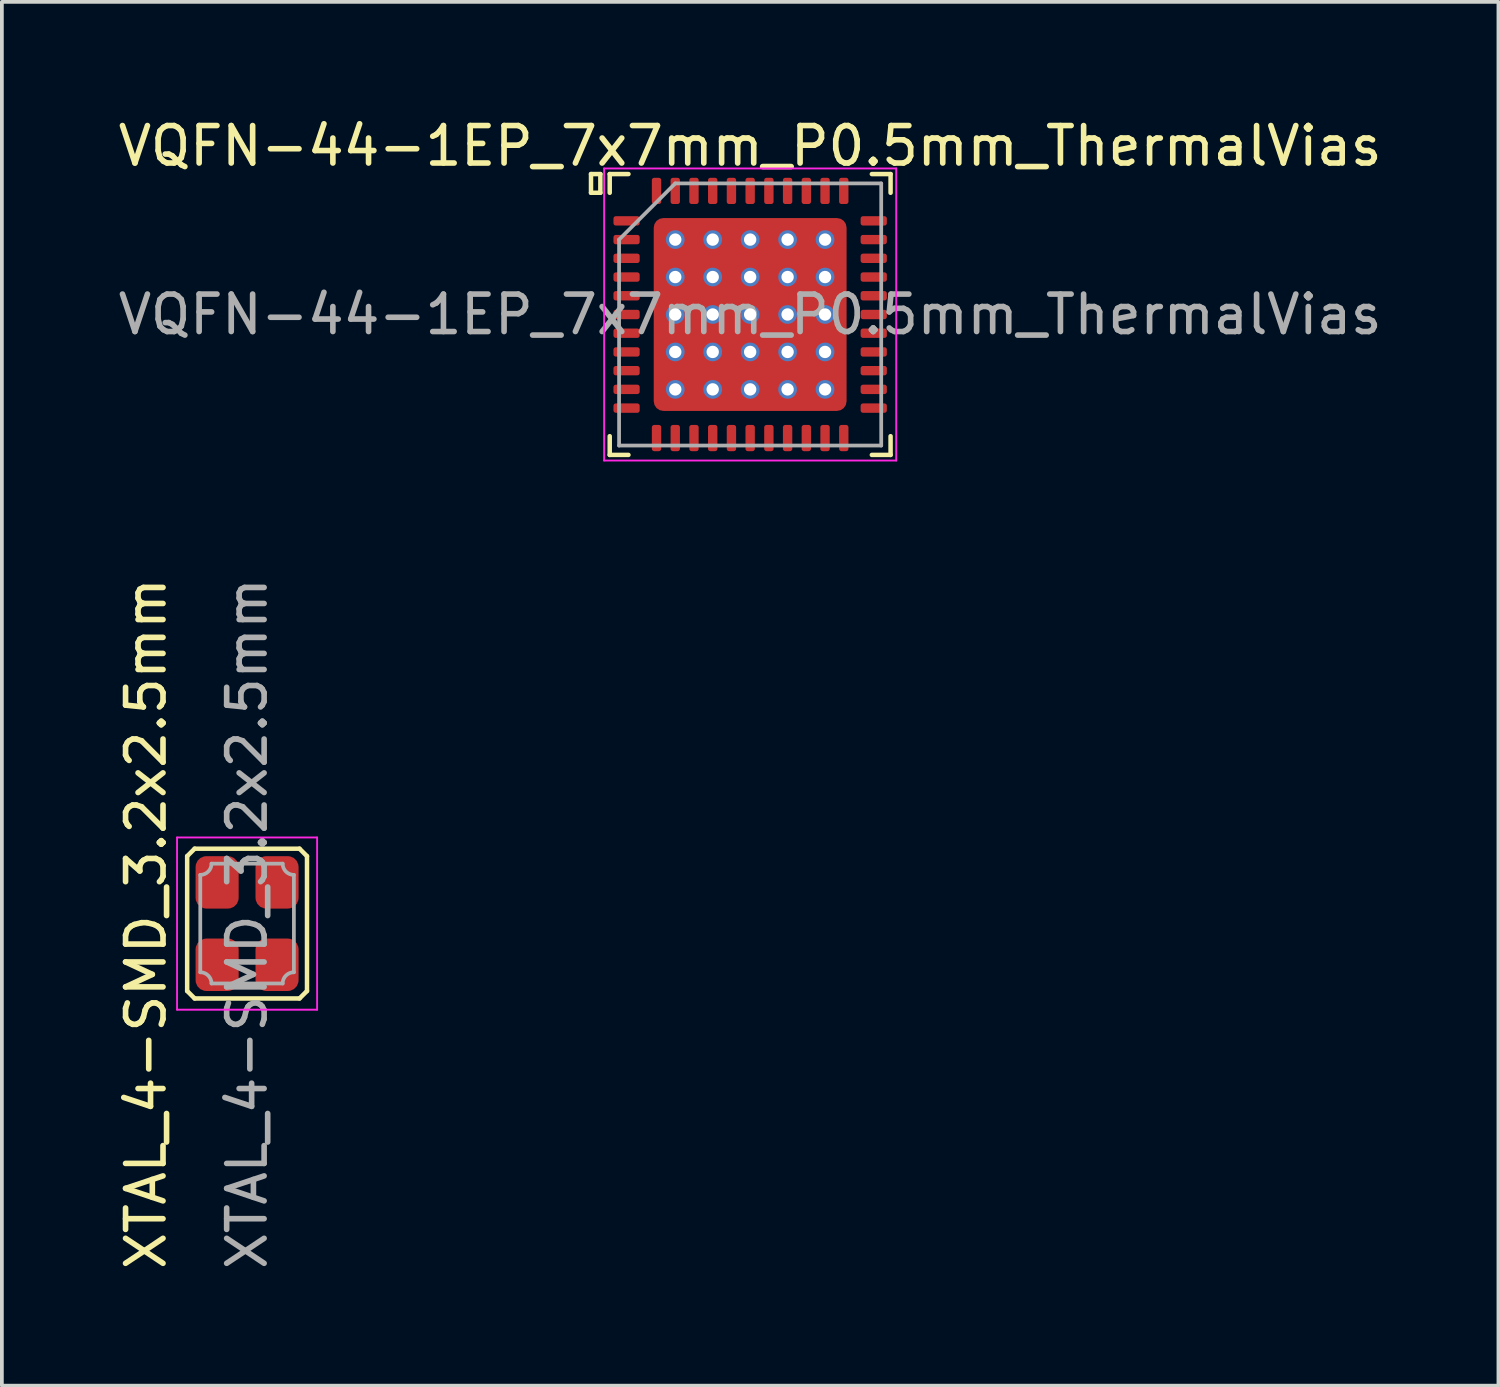
<source format=kicad_pcb>
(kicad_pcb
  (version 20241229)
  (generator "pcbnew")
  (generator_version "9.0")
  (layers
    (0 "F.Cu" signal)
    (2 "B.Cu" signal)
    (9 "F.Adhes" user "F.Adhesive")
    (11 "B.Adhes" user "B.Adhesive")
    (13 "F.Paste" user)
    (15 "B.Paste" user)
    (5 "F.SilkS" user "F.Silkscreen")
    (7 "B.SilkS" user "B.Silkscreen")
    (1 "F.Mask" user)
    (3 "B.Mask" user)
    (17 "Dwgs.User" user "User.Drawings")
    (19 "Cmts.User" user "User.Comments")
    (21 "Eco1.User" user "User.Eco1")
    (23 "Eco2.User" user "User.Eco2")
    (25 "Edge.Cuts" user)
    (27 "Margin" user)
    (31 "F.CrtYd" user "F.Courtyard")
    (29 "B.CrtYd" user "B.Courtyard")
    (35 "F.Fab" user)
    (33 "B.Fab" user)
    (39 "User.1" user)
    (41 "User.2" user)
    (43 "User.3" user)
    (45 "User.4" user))
  (footprint "XTAL_4-SMD_3.2x2.5mm"
    (layer "F.Cu")
    (at 3.548 21.613)
    (property "Reference" "XTAL_4-SMD_3.2x2.5mm" (at -2.7 0 90) (layer "F.SilkS") (effects (font (size 1 1) (thickness 0.15))))
    (attr smd)
    (fp_line (start -1.6 -1.8) (end -1.4 -2) (stroke (width 0.12) (type solid)) (layer "F.SilkS"))
    (fp_line (start -1.6 1.8) (end -1.6 -1.8) (stroke (width 0.12) (type solid)) (layer "F.SilkS"))
    (fp_line (start -1.6 1.8) (end -1.4 2) (stroke (width 0.12) (type solid)) (layer "F.SilkS"))
    (fp_line (start -1.4 -2) (end 1.4 -2) (stroke (width 0.12) (type solid)) (layer "F.SilkS"))
    (fp_line (start 1.4 -2) (end 1.6 -1.8) (stroke (width 0.12) (type solid)) (layer "F.SilkS"))
    (fp_line (start 1.4 2) (end -1.4 2) (stroke (width 0.12) (type solid)) (layer "F.SilkS"))
    (fp_line (start 1.6 -1.8) (end 1.6 1.8) (stroke (width 0.12) (type solid)) (layer "F.SilkS"))
    (fp_line (start 1.6 1.8) (end 1.4 2) (stroke (width 0.12) (type solid)) (layer "F.SilkS"))
    (fp_line (start -1.87 -2.3) (end -1.87 2.3) (stroke (width 0.05) (type solid)) (layer "F.CrtYd"))
    (fp_line (start -1.87 -2.3) (end 1.87 -2.3) (stroke (width 0.05) (type solid)) (layer "F.CrtYd"))
    (fp_line (start -1.87 2.3) (end 1.87 2.3) (stroke (width 0.05) (type solid)) (layer "F.CrtYd"))
    (fp_line (start 1.87 -2.3) (end 1.87 2.3) (stroke (width 0.05) (type solid)) (layer "F.CrtYd"))
    (fp_line (start -1.25 -1.3) (end -1.25 1.3) (stroke (width 0.1) (type solid)) (layer "F.Fab"))
    (fp_line (start -0.95 -1.6) (end 0.95 -1.6) (stroke (width 0.1) (type solid)) (layer "F.Fab"))
    (fp_line (start -0.95 1.6) (end 0.95 1.6) (stroke (width 0.1) (type solid)) (layer "F.Fab"))
    (fp_line (start 1.25 -1.3) (end 1.25 1.3) (stroke (width 0.1) (type solid)) (layer "F.Fab"))
    (fp_arc (start -1.25 1.3) (mid -1.037868 1.387868) (end -0.95 1.6) (stroke (width 0.1) (type solid)) (layer "F.Fab"))
    (fp_arc (start -0.95 -1.6) (mid -1.037868 -1.387868) (end -1.25 -1.3) (stroke (width 0.1) (type solid)) (layer "F.Fab"))
    (fp_arc (start 0.95 1.6) (mid 1.037868 1.387868) (end 1.25 1.3) (stroke (width 0.1) (type solid)) (layer "F.Fab"))
    (fp_arc (start 1.25 -1.3) (mid 1.037868 -1.387868) (end 0.95 -1.6) (stroke (width 0.1) (type solid)) (layer "F.Fab"))
    (fp_text user "${REFERENCE}" (at 0 0 90) (layer "F.Fab") (effects (font (size 1 1) (thickness 0.15))))
    (pad "1" smd roundrect (at -0.8 -1.1) (size 1.15 1.4) (layers "F.Cu" "F.Mask" "F.Paste") (roundrect_rratio 0.25))
    (pad "2" smd roundrect (at -0.8 1.1) (size 1.15 1.4) (layers "F.Cu" "F.Mask" "F.Paste") (roundrect_rratio 0.25))
    (pad "3" smd roundrect (at 0.8 1.1) (size 1.15 1.4) (layers "F.Cu" "F.Mask" "F.Paste") (roundrect_rratio 0.25))
    (pad "4" smd roundrect (at 0.8 -1.1) (size 1.15 1.4) (layers "F.Cu" "F.Mask" "F.Paste") (roundrect_rratio 0.25)))
  (footprint "VQFN-44-1EP_7x7mm_P0.5mm_ThermalVias"
    (layer "F.Cu")
    (at 16.982 5.348)
    (property "Reference" "VQFN-44-1EP_7x7mm_P0.5mm_ThermalVias" (at 0 -4.5 0) (layer "F.SilkS") (effects (font (size 1 1) (thickness 0.15))))
    (attr smd)
    (fp_line (start -4.25 -3.75) (end -4 -3.75) (stroke (width 0.12) (type solid)) (layer "F.SilkS"))
    (fp_line (start -4.25 -3.25) (end -4.25 -3.75) (stroke (width 0.12) (type solid)) (layer "F.SilkS"))
    (fp_line (start -4 -3.75) (end -4 -3.25) (stroke (width 0.12) (type solid)) (layer "F.SilkS"))
    (fp_line (start -4 -3.25) (end -4.25 -3.25) (stroke (width 0.12) (type solid)) (layer "F.SilkS"))
    (fp_line (start -3.75 -3.75) (end -3.25 -3.75) (stroke (width 0.12) (type solid)) (layer "F.SilkS"))
    (fp_line (start -3.75 -3.25) (end -3.75 -3.75) (stroke (width 0.12) (type solid)) (layer "F.SilkS"))
    (fp_line (start -3.75 3.25) (end -3.75 3.75) (stroke (width 0.12) (type solid)) (layer "F.SilkS"))
    (fp_line (start -3.75 3.75) (end -3.25 3.75) (stroke (width 0.12) (type solid)) (layer "F.SilkS"))
    (fp_line (start 3.25 -3.75) (end 3.75 -3.75) (stroke (width 0.12) (type solid)) (layer "F.SilkS"))
    (fp_line (start 3.75 -3.75) (end 3.75 -3.25) (stroke (width 0.12) (type solid)) (layer "F.SilkS"))
    (fp_line (start 3.75 3.25) (end 3.75 3.75) (stroke (width 0.12) (type solid)) (layer "F.SilkS"))
    (fp_line (start 3.75 3.75) (end 3.25 3.75) (stroke (width 0.12) (type solid)) (layer "F.SilkS"))
    (fp_line (start -3.9 -3.9) (end -3.9 3.9) (stroke (width 0.05) (type solid)) (layer "F.CrtYd"))
    (fp_line (start -3.9 3.9) (end 3.9 3.9) (stroke (width 0.05) (type solid)) (layer "F.CrtYd"))
    (fp_line (start 3.9 -3.9) (end -3.9 -3.9) (stroke (width 0.05) (type solid)) (layer "F.CrtYd"))
    (fp_line (start 3.9 -3.9) (end 3.9 3.9) (stroke (width 0.05) (type solid)) (layer "F.CrtYd"))
    (fp_line (start -3.5 -2) (end -2 -3.5) (stroke (width 0.1) (type solid)) (layer "F.Fab"))
    (fp_line (start -3.5 3.5) (end -3.5 -2) (stroke (width 0.1) (type solid)) (layer "F.Fab"))
    (fp_line (start -3.5 3.5) (end 3.5 3.5) (stroke (width 0.1) (type solid)) (layer "F.Fab"))
    (fp_line (start -2 -3.5) (end 3.5 -3.5) (stroke (width 0.1) (type solid)) (layer "F.Fab"))
    (fp_line (start 3.5 3.5) (end 3.5 -3.5) (stroke (width 0.1) (type solid)) (layer "F.Fab"))
    (fp_text user "${REFERENCE}" (at 0 0 0) (layer "F.Fab") (effects (font (size 1 1) (thickness 0.15))))
    (pad "1" smd roundrect (at -3.3 -2.5) (size 0.7 0.25) (layers "F.Cu" "F.Mask" "F.Paste") (roundrect_rratio 0.25))
    (pad "2" smd roundrect (at -3.3 -2) (size 0.7 0.25) (layers "F.Cu" "F.Mask" "F.Paste") (roundrect_rratio 0.25))
    (pad "3" smd roundrect (at -3.3 -1.5) (size 0.7 0.25) (layers "F.Cu" "F.Mask" "F.Paste") (roundrect_rratio 0.25))
    (pad "4" smd roundrect (at -3.3 -1) (size 0.7 0.25) (layers "F.Cu" "F.Mask" "F.Paste") (roundrect_rratio 0.25))
    (pad "5" smd roundrect (at -3.3 -0.5) (size 0.7 0.25) (layers "F.Cu" "F.Mask" "F.Paste") (roundrect_rratio 0.25))
    (pad "6" smd roundrect (at -3.3 0) (size 0.7 0.25) (layers "F.Cu" "F.Mask" "F.Paste") (roundrect_rratio 0.25))
    (pad "7" smd roundrect (at -3.3 0.5) (size 0.7 0.25) (layers "F.Cu" "F.Mask" "F.Paste") (roundrect_rratio 0.25))
    (pad "8" smd roundrect (at -3.3 1) (size 0.7 0.25) (layers "F.Cu" "F.Mask" "F.Paste") (roundrect_rratio 0.25))
    (pad "9" smd roundrect (at -3.3 1.5) (size 0.7 0.25) (layers "F.Cu" "F.Mask" "F.Paste") (roundrect_rratio 0.25))
    (pad "10" smd roundrect (at -3.3 2) (size 0.7 0.25) (layers "F.Cu" "F.Mask" "F.Paste") (roundrect_rratio 0.25))
    (pad "11" smd roundrect (at -3.3 2.5) (size 0.7 0.25) (layers "F.Cu" "F.Mask" "F.Paste") (roundrect_rratio 0.25))
    (pad "12" smd roundrect (at -2.5 3.3 90) (size 0.7 0.25) (layers "F.Cu" "F.Mask" "F.Paste") (roundrect_rratio 0.25))
    (pad "13" smd roundrect (at -2 3.3 90) (size 0.7 0.25) (layers "F.Cu" "F.Mask" "F.Paste") (roundrect_rratio 0.25))
    (pad "14" smd roundrect (at -1.5 3.3 90) (size 0.7 0.25) (layers "F.Cu" "F.Mask" "F.Paste") (roundrect_rratio 0.25))
    (pad "15" smd roundrect (at -1 3.3 90) (size 0.7 0.25) (layers "F.Cu" "F.Mask" "F.Paste") (roundrect_rratio 0.25))
    (pad "16" smd roundrect (at -0.5 3.3 90) (size 0.7 0.25) (layers "F.Cu" "F.Mask" "F.Paste") (roundrect_rratio 0.25))
    (pad "17" smd roundrect (at 0 3.3 90) (size 0.7 0.25) (layers "F.Cu" "F.Mask" "F.Paste") (roundrect_rratio 0.25))
    (pad "18" smd roundrect (at 0.5 3.3 90) (size 0.7 0.25) (layers "F.Cu" "F.Mask" "F.Paste") (roundrect_rratio 0.25))
    (pad "19" smd roundrect (at 1 3.3 90) (size 0.7 0.25) (layers "F.Cu" "F.Mask" "F.Paste") (roundrect_rratio 0.25))
    (pad "20" smd roundrect (at 1.5 3.3 90) (size 0.7 0.25) (layers "F.Cu" "F.Mask" "F.Paste") (roundrect_rratio 0.25))
    (pad "21" smd roundrect (at 2 3.3 90) (size 0.7 0.25) (layers "F.Cu" "F.Mask" "F.Paste") (roundrect_rratio 0.25))
    (pad "22" smd roundrect (at 2.5 3.3 90) (size 0.7 0.25) (layers "F.Cu" "F.Mask" "F.Paste") (roundrect_rratio 0.25))
    (pad "23" smd roundrect (at 3.3 2.5 180) (size 0.7 0.25) (layers "F.Cu" "F.Mask" "F.Paste") (roundrect_rratio 0.25))
    (pad "24" smd roundrect (at 3.3 2 180) (size 0.7 0.25) (layers "F.Cu" "F.Mask" "F.Paste") (roundrect_rratio 0.25))
    (pad "25" smd roundrect (at 3.3 1.5 180) (size 0.7 0.25) (layers "F.Cu" "F.Mask" "F.Paste") (roundrect_rratio 0.25))
    (pad "26" smd roundrect (at 3.3 1 180) (size 0.7 0.25) (layers "F.Cu" "F.Mask" "F.Paste") (roundrect_rratio 0.25))
    (pad "27" smd roundrect (at 3.3 0.5 180) (size 0.7 0.25) (layers "F.Cu" "F.Mask" "F.Paste") (roundrect_rratio 0.25))
    (pad "28" smd roundrect (at 3.3 0 180) (size 0.7 0.25) (layers "F.Cu" "F.Mask" "F.Paste") (roundrect_rratio 0.25))
    (pad "29" smd roundrect (at 3.3 -0.5 180) (size 0.7 0.25) (layers "F.Cu" "F.Mask" "F.Paste") (roundrect_rratio 0.25))
    (pad "30" smd roundrect (at 3.3 -1 180) (size 0.7 0.25) (layers "F.Cu" "F.Mask" "F.Paste") (roundrect_rratio 0.25))
    (pad "31" smd roundrect (at 3.3 -1.5 180) (size 0.7 0.25) (layers "F.Cu" "F.Mask" "F.Paste") (roundrect_rratio 0.25))
    (pad "32" smd roundrect (at 3.3 -2 180) (size 0.7 0.25) (layers "F.Cu" "F.Mask" "F.Paste") (roundrect_rratio 0.25))
    (pad "33" smd roundrect (at 3.3 -2.5 180) (size 0.7 0.25) (layers "F.Cu" "F.Mask" "F.Paste") (roundrect_rratio 0.25))
    (pad "34" smd roundrect (at 2.5 -3.3 270) (size 0.7 0.25) (layers "F.Cu" "F.Mask" "F.Paste") (roundrect_rratio 0.25))
    (pad "35" smd roundrect (at 2 -3.3 270) (size 0.7 0.25) (layers "F.Cu" "F.Mask" "F.Paste") (roundrect_rratio 0.25))
    (pad "36" smd roundrect (at 1.5 -3.3 270) (size 0.7 0.25) (layers "F.Cu" "F.Mask" "F.Paste") (roundrect_rratio 0.25))
    (pad "37" smd roundrect (at 1 -3.3 270) (size 0.7 0.25) (layers "F.Cu" "F.Mask" "F.Paste") (roundrect_rratio 0.25))
    (pad "38" smd roundrect (at 0.5 -3.3 270) (size 0.7 0.25) (layers "F.Cu" "F.Mask" "F.Paste") (roundrect_rratio 0.25))
    (pad "39" smd roundrect (at 0 -3.3 270) (size 0.7 0.25) (layers "F.Cu" "F.Mask" "F.Paste") (roundrect_rratio 0.25))
    (pad "40" smd roundrect (at -0.5 -3.3 270) (size 0.7 0.25) (layers "F.Cu" "F.Mask" "F.Paste") (roundrect_rratio 0.25))
    (pad "41" smd roundrect (at -1 -3.3 270) (size 0.7 0.25) (layers "F.Cu" "F.Mask" "F.Paste") (roundrect_rratio 0.25))
    (pad "42" smd roundrect (at -1.5 -3.3 270) (size 0.7 0.25) (layers "F.Cu" "F.Mask" "F.Paste") (roundrect_rratio 0.25))
    (pad "43" smd roundrect (at -2 -3.3 270) (size 0.7 0.25) (layers "F.Cu" "F.Mask" "F.Paste") (roundrect_rratio 0.25))
    (pad "44" smd roundrect (at -2.5 -3.3 270) (size 0.7 0.25) (layers "F.Cu" "F.Mask" "F.Paste") (roundrect_rratio 0.25))
    (pad "45" thru_hole circle (at -2 -2 270) (size 0.5 0.5) (drill 0.33) (layers "*.Cu" "*.Mask"))
    (pad "45" thru_hole circle (at -2 -1 270) (size 0.5 0.5) (drill 0.33) (layers "*.Cu" "*.Mask"))
    (pad "45" thru_hole circle (at -2 0 270) (size 0.5 0.5) (drill 0.33) (layers "*.Cu" "*.Mask"))
    (pad "45" thru_hole circle (at -2 1 270) (size 0.5 0.5) (drill 0.33) (layers "*.Cu" "*.Mask"))
    (pad "45" thru_hole circle (at -2 2 270) (size 0.5 0.5) (drill 0.33) (layers "*.Cu" "*.Mask"))
    (pad "45" thru_hole circle (at -1 -2 270) (size 0.5 0.5) (drill 0.33) (layers "*.Cu" "*.Mask"))
    (pad "45" thru_hole circle (at -1 -1 270) (size 0.5 0.5) (drill 0.33) (layers "*.Cu" "*.Mask"))
    (pad "45" thru_hole circle (at -1 0 270) (size 0.5 0.5) (drill 0.33) (layers "*.Cu" "*.Mask"))
    (pad "45" thru_hole circle (at -1 1 270) (size 0.5 0.5) (drill 0.33) (layers "*.Cu" "*.Mask"))
    (pad "45" thru_hole circle (at -1 2 270) (size 0.5 0.5) (drill 0.33) (layers "*.Cu" "*.Mask"))
    (pad "45" thru_hole circle (at 0 -2 270) (size 0.5 0.5) (drill 0.33) (layers "*.Cu" "*.Mask"))
    (pad "45" thru_hole circle (at 0 -1 270) (size 0.5 0.5) (drill 0.33) (layers "*.Cu" "*.Mask"))
    (pad "45" thru_hole circle (at 0 0 270) (size 0.5 0.5) (drill 0.33) (layers "*.Cu" "*.Mask"))
    (pad "45" smd roundrect (at 0 0) (size 5.15 5.15) (layers "F.Cu" "F.Mask" "F.Paste") (roundrect_rratio 0.05))
    (pad "45" thru_hole circle (at 0 1 270) (size 0.5 0.5) (drill 0.33) (layers "*.Cu" "*.Mask"))
    (pad "45" thru_hole circle (at 0 2 270) (size 0.5 0.5) (drill 0.33) (layers "*.Cu" "*.Mask"))
    (pad "45" thru_hole circle (at 1 -2 270) (size 0.5 0.5) (drill 0.33) (layers "*.Cu" "*.Mask"))
    (pad "45" thru_hole circle (at 1 -1 270) (size 0.5 0.5) (drill 0.33) (layers "*.Cu" "*.Mask"))
    (pad "45" thru_hole circle (at 1 0 270) (size 0.5 0.5) (drill 0.33) (layers "*.Cu" "*.Mask"))
    (pad "45" thru_hole circle (at 1 1 270) (size 0.5 0.5) (drill 0.33) (layers "*.Cu" "*.Mask"))
    (pad "45" thru_hole circle (at 1 2 270) (size 0.5 0.5) (drill 0.33) (layers "*.Cu" "*.Mask"))
    (pad "45" thru_hole circle (at 2 -2 270) (size 0.5 0.5) (drill 0.33) (layers "*.Cu" "*.Mask"))
    (pad "45" thru_hole circle (at 2 -1 270) (size 0.5 0.5) (drill 0.33) (layers "*.Cu" "*.Mask"))
    (pad "45" thru_hole circle (at 2 0 270) (size 0.5 0.5) (drill 0.33) (layers "*.Cu" "*.Mask"))
    (pad "45" thru_hole circle (at 2 1 270) (size 0.5 0.5) (drill 0.33) (layers "*.Cu" "*.Mask"))
    (pad "45" thru_hole circle (at 2 2 270) (size 0.5 0.5) (drill 0.33) (layers "*.Cu" "*.Mask")))
  (gr_rect
    (start -3 -3)
    (end 36.964 33.952)
    (stroke (width 0.1) (type default))
    (fill no)
    (layer "Edge.Cuts")))
</source>
